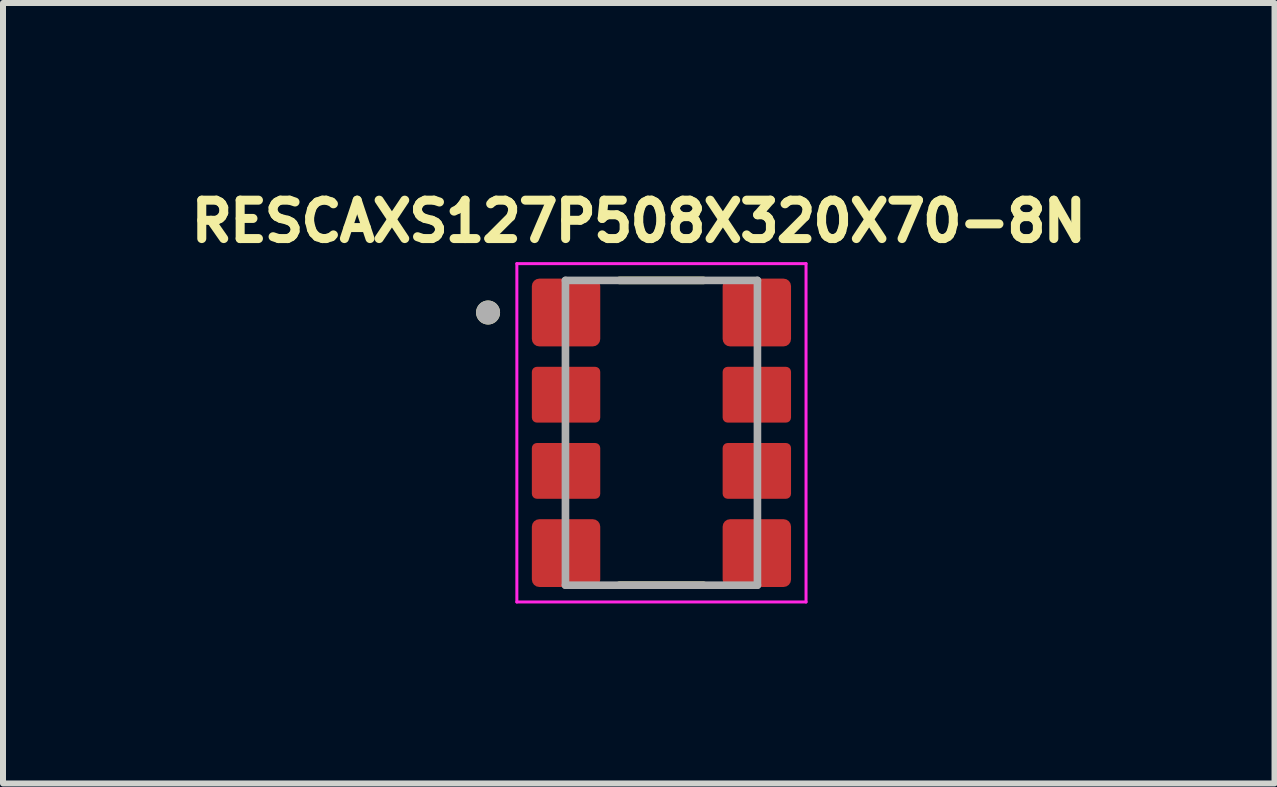
<source format=kicad_pcb>
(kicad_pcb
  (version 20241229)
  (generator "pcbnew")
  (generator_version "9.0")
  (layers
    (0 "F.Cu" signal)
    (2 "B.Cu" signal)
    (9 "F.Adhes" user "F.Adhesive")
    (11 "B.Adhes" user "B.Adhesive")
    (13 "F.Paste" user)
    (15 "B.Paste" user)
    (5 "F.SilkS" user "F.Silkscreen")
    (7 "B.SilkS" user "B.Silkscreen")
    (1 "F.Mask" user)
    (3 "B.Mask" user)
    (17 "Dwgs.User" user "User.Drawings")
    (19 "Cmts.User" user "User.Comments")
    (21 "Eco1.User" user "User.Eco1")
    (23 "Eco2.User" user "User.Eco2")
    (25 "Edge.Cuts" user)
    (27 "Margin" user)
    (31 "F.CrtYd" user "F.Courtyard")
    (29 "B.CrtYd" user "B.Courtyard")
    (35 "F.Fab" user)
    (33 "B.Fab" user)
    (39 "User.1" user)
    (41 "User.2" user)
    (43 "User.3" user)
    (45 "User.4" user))
  (footprint "RESCAXS127P508X320X70-8N"
    (layer "F.Cu")
    (at 7.975 4.164)
    (property "Reference" "RESCAXS127P508X320X70-8N" (at -0.378 -3.526 0) (layer "F.SilkS") (effects (font (size 0.64 0.64) (thickness 0.15))))
    (attr smd)
    (fp_line (start -0.7 -2.54) (end 0.7 -2.54) (stroke (width 0.127) (type solid)) (layer "F.SilkS"))
    (fp_line (start -0.7 2.54) (end 0.7 2.54) (stroke (width 0.127) (type solid)) (layer "F.SilkS"))
    (fp_circle (center -2.89 -2.005) (end -2.79 -2.005) (stroke (width 0.2) (type solid)) (fill no) (layer "F.SilkS"))
    (fp_line (start -2.41 -2.82) (end -2.41 2.82) (stroke (width 0.05) (type solid)) (layer "F.CrtYd"))
    (fp_line (start -2.41 2.82) (end 2.41 2.82) (stroke (width 0.05) (type solid)) (layer "F.CrtYd"))
    (fp_line (start 2.41 -2.82) (end -2.41 -2.82) (stroke (width 0.05) (type solid)) (layer "F.CrtYd"))
    (fp_line (start 2.41 2.82) (end 2.41 -2.82) (stroke (width 0.05) (type solid)) (layer "F.CrtYd"))
    (fp_line (start -1.6 -2.54) (end -1.6 2.54) (stroke (width 0.127) (type solid)) (layer "F.Fab"))
    (fp_line (start -1.6 2.54) (end 1.6 2.54) (stroke (width 0.127) (type solid)) (layer "F.Fab"))
    (fp_line (start 1.6 -2.54) (end -1.6 -2.54) (stroke (width 0.127) (type solid)) (layer "F.Fab"))
    (fp_line (start 1.6 2.54) (end 1.6 -2.54) (stroke (width 0.127) (type solid)) (layer "F.Fab"))
    (fp_circle (center -2.89 -2.005) (end -2.79 -2.005) (stroke (width 0.2) (type solid)) (fill no) (layer "F.Fab"))
    (pad "1" smd roundrect (at -1.59 -2.005) (size 1.14 1.13) (layers "F.Cu" "F.Mask" "F.Paste") (roundrect_rratio 0.11))
    (pad "2" smd roundrect (at -1.59 -0.635) (size 1.14 0.93) (layers "F.Cu" "F.Mask" "F.Paste") (roundrect_rratio 0.09))
    (pad "3" smd roundrect (at -1.59 0.635) (size 1.14 0.93) (layers "F.Cu" "F.Mask" "F.Paste") (roundrect_rratio 0.09))
    (pad "4" smd roundrect (at -1.59 2.005) (size 1.14 1.13) (layers "F.Cu" "F.Mask" "F.Paste") (roundrect_rratio 0.11))
    (pad "5" smd roundrect (at 1.59 2.005) (size 1.14 1.13) (layers "F.Cu" "F.Mask" "F.Paste") (roundrect_rratio 0.11))
    (pad "6" smd roundrect (at 1.59 0.635) (size 1.14 0.93) (layers "F.Cu" "F.Mask" "F.Paste") (roundrect_rratio 0.09))
    (pad "7" smd roundrect (at 1.59 -0.635) (size 1.14 0.93) (layers "F.Cu" "F.Mask" "F.Paste") (roundrect_rratio 0.09))
    (pad "8" smd roundrect (at 1.59 -2.005) (size 1.14 1.13) (layers "F.Cu" "F.Mask" "F.Paste") (roundrect_rratio 0.11)))
  (gr_rect
    (start -3 -3)
    (end 18.194 10.009)
    (stroke (width 0.1) (type default))
    (fill no)
    (layer "Edge.Cuts")))
</source>
